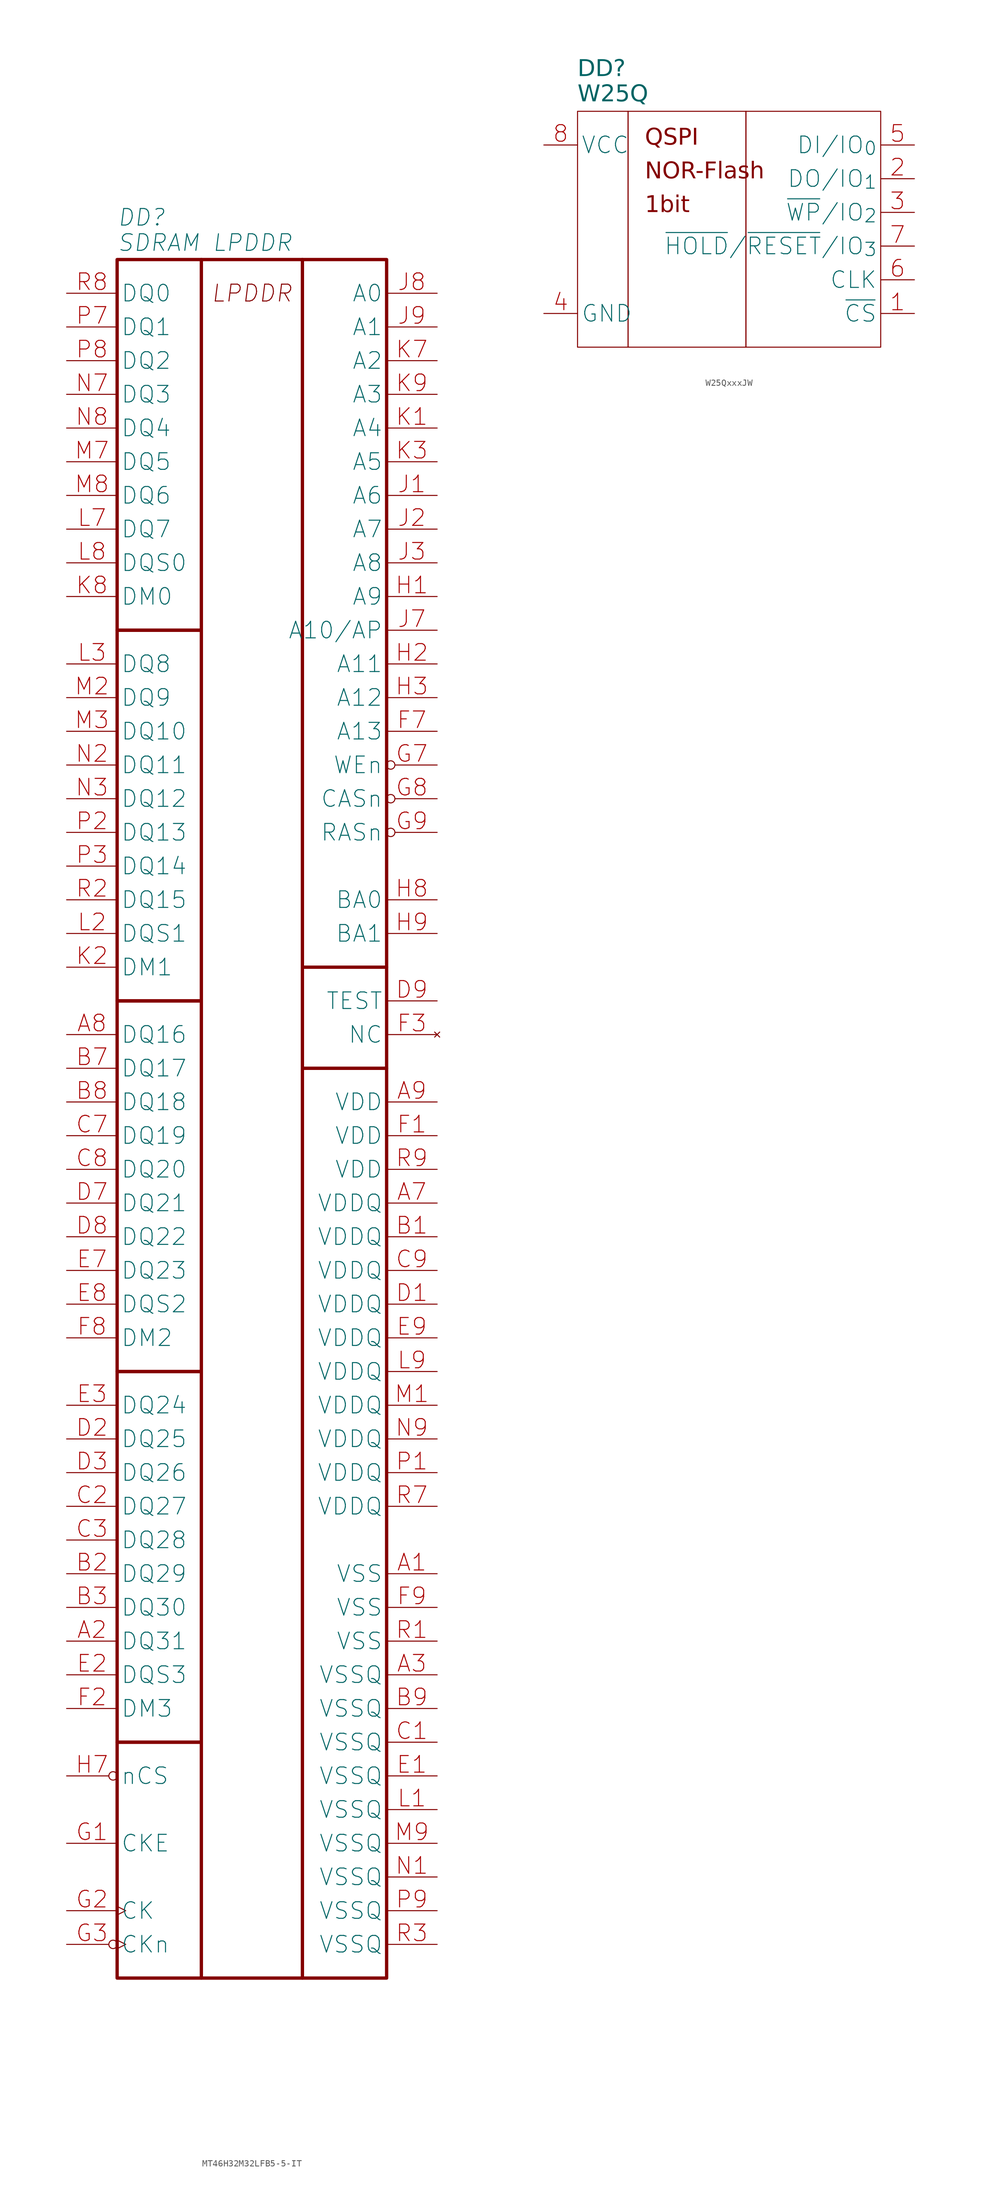
<source format=kicad_sym>
(kicad_symbol_lib
  (version 20231120)
  (generator "kicad_symbol_editor")
  (generator_version "8.0")
  (symbol "MT46H32M32LFB5-5-IT"
    (property "Reference" "DD"
      (at -20.32 6.35 0)
      (effects (font (size 2.5 2.5) (italic yes)) (justify left)))
    (property "Value" "SDRAM LPDDR"
      (at -20.32 2.54 0)
      (effects (font (size 2.5 2.5) (italic yes)) (justify left)))
    (symbol "MT46H32M32LFB5-5-IT_0_0"
      (pin power_in line (at 27.94 -198.12 180) (length 7.64) (name "VSS" (effects (font (size 2.5 2.5)))) (number "A1" (effects (font (size 2.5 2.5)))))
      (pin bidirectional line (at -27.94 -208.28 0) (length 7.64) (name "DQ31" (effects (font (size 2.5 2.5)))) (number "A2" (effects (font (size 2.5 2.5)))))
      (pin power_in line (at 27.94 -213.36 180) (length 7.64) (name "VSSQ" (effects (font (size 2.5 2.5)))) (number "A3" (effects (font (size 2.5 2.5)))))
      (pin power_in line (at 27.94 -142.24 180) (length 7.64) (name "VDDQ" (effects (font (size 2.5 2.5)))) (number "A7" (effects (font (size 2.5 2.5)))))
      (pin bidirectional line (at -27.94 -116.84 0) (length 7.64) (name "DQ16" (effects (font (size 2.5 2.5)))) (number "A8" (effects (font (size 2.5 2.5)))))
      (pin power_in line (at 27.94 -127 180) (length 7.64) (name "VDD" (effects (font (size 2.5 2.5)))) (number "A9" (effects (font (size 2.5 2.5)))))
      (pin power_in line (at 27.94 -147.32 180) (length 7.64) (name "VDDQ" (effects (font (size 2.5 2.5)))) (number "B1" (effects (font (size 2.5 2.5)))))
      (pin bidirectional line (at -27.94 -198.12 0) (length 7.64) (name "DQ29" (effects (font (size 2.5 2.5)))) (number "B2" (effects (font (size 2.5 2.5)))))
      (pin bidirectional line (at -27.94 -203.2 0) (length 7.64) (name "DQ30" (effects (font (size 2.5 2.5)))) (number "B3" (effects (font (size 2.5 2.5)))))
      (pin bidirectional line (at -27.94 -121.92 0) (length 7.64) (name "DQ17" (effects (font (size 2.5 2.5)))) (number "B7" (effects (font (size 2.5 2.5)))))
      (pin bidirectional line (at -27.94 -127 0) (length 7.64) (name "DQ18" (effects (font (size 2.5 2.5)))) (number "B8" (effects (font (size 2.5 2.5)))))
      (pin power_in line (at 27.94 -218.44 180) (length 7.64) (name "VSSQ" (effects (font (size 2.5 2.5)))) (number "B9" (effects (font (size 2.5 2.5)))))
      (pin power_in line (at 27.94 -223.52 180) (length 7.64) (name "VSSQ" (effects (font (size 2.5 2.5)))) (number "C1" (effects (font (size 2.5 2.5)))))
      (pin bidirectional line (at -27.94 -187.96 0) (length 7.64) (name "DQ27" (effects (font (size 2.5 2.5)))) (number "C2" (effects (font (size 2.5 2.5)))))
      (pin bidirectional line (at -27.94 -193.04 0) (length 7.64) (name "DQ28" (effects (font (size 2.5 2.5)))) (number "C3" (effects (font (size 2.5 2.5)))))
      (pin bidirectional line (at -27.94 -132.08 0) (length 7.64) (name "DQ19" (effects (font (size 2.5 2.5)))) (number "C7" (effects (font (size 2.5 2.5)))))
      (pin bidirectional line (at -27.94 -137.16 0) (length 7.64) (name "DQ20" (effects (font (size 2.5 2.5)))) (number "C8" (effects (font (size 2.5 2.5)))))
      (pin power_in line (at 27.94 -152.4 180) (length 7.64) (name "VDDQ" (effects (font (size 2.5 2.5)))) (number "C9" (effects (font (size 2.5 2.5)))))
      (pin power_in line (at 27.94 -157.48 180) (length 7.64) (name "VDDQ" (effects (font (size 2.5 2.5)))) (number "D1" (effects (font (size 2.5 2.5)))))
      (pin bidirectional line (at -27.94 -177.8 0) (length 7.64) (name "DQ25" (effects (font (size 2.5 2.5)))) (number "D2" (effects (font (size 2.5 2.5)))))
      (pin bidirectional line (at -27.94 -182.88 0) (length 7.64) (name "DQ26" (effects (font (size 2.5 2.5)))) (number "D3" (effects (font (size 2.5 2.5)))))
      (pin bidirectional line (at -27.94 -142.24 0) (length 7.64) (name "DQ21" (effects (font (size 2.5 2.5)))) (number "D7" (effects (font (size 2.5 2.5)))))
      (pin bidirectional line (at -27.94 -147.32 0) (length 7.64) (name "DQ22" (effects (font (size 2.5 2.5)))) (number "D8" (effects (font (size 2.5 2.5)))))
      (pin passive line (at 27.94 -111.76 180) (length 7.64) (name "TEST" (effects (font (size 2.5 2.5)))) (number "D9" (effects (font (size 2.5 2.5)))))
      (pin power_in line (at 27.94 -228.6 180) (length 7.64) (name "VSSQ" (effects (font (size 2.5 2.5)))) (number "E1" (effects (font (size 2.5 2.5)))))
      (pin bidirectional line (at -27.94 -213.36 0) (length 7.64) (name "DQS3" (effects (font (size 2.5 2.5)))) (number "E2" (effects (font (size 2.5 2.5)))))
      (pin bidirectional line (at -27.94 -172.72 0) (length 7.64) (name "DQ24" (effects (font (size 2.5 2.5)))) (number "E3" (effects (font (size 2.5 2.5)))))
      (pin bidirectional line (at -27.94 -152.4 0) (length 7.64) (name "DQ23" (effects (font (size 2.5 2.5)))) (number "E7" (effects (font (size 2.5 2.5)))))
      (pin bidirectional line (at -27.94 -157.48 0) (length 7.64) (name "DQS2" (effects (font (size 2.5 2.5)))) (number "E8" (effects (font (size 2.5 2.5)))))
      (pin power_in line (at 27.94 -162.56 180) (length 7.64) (name "VDDQ" (effects (font (size 2.5 2.5)))) (number "E9" (effects (font (size 2.5 2.5)))))
      (pin power_in line (at 27.94 -132.08 180) (length 7.64) (name "VDD" (effects (font (size 2.5 2.5)))) (number "F1" (effects (font (size 2.5 2.5)))))
      (pin input line (at -27.94 -218.44 0) (length 7.64) (name "DM3" (effects (font (size 2.5 2.5)))) (number "F2" (effects (font (size 2.5 2.5)))))
      (pin input line (at 27.94 -71.12 180) (length 7.64) (name "A13" (effects (font (size 2.5 2.5)))) (number "F7" (effects (font (size 2.5 2.5)))))
      (pin input line (at -27.94 -162.56 0) (length 7.64) (name "DM2" (effects (font (size 2.5 2.5)))) (number "F8" (effects (font (size 2.5 2.5)))))
      (pin power_in line (at 27.94 -203.2 180) (length 7.64) (name "VSS" (effects (font (size 2.5 2.5)))) (number "F9" (effects (font (size 2.5 2.5)))))
      (pin input line (at -27.94 -238.76 0) (length 7.64) (name "CKE" (effects (font (size 2.5 2.5)))) (number "G1" (effects (font (size 2.5 2.5)))))
      (pin input clock (at -27.94 -248.92 0) (length 7.64) (name "CK" (effects (font (size 2.5 2.5)))) (number "G2" (effects (font (size 2.5 2.5)))))
      (pin input line (at 27.94 -50.8 180) (length 7.64) (name "A9" (effects (font (size 2.5 2.5)))) (number "H1" (effects (font (size 2.5 2.5)))))
      (pin input line (at 27.94 -60.96 180) (length 7.64) (name "A11" (effects (font (size 2.5 2.5)))) (number "H2" (effects (font (size 2.5 2.5)))))
      (pin input line (at 27.94 -66.04 180) (length 7.64) (name "A12" (effects (font (size 2.5 2.5)))) (number "H3" (effects (font (size 2.5 2.5)))))
      (pin input line (at 27.94 -96.52 180) (length 7.64) (name "BA0" (effects (font (size 2.5 2.5)))) (number "H8" (effects (font (size 2.5 2.5)))))
      (pin input line (at 27.94 -101.6 180) (length 7.64) (name "BA1" (effects (font (size 2.5 2.5)))) (number "H9" (effects (font (size 2.5 2.5)))))
      (pin input line (at 27.94 -35.56 180) (length 7.64) (name "A6" (effects (font (size 2.5 2.5)))) (number "J1" (effects (font (size 2.5 2.5)))))
      (pin input line (at 27.94 -40.64 180) (length 7.64) (name "A7" (effects (font (size 2.5 2.5)))) (number "J2" (effects (font (size 2.5 2.5)))))
      (pin input line (at 27.94 -45.72 180) (length 7.64) (name "A8" (effects (font (size 2.5 2.5)))) (number "J3" (effects (font (size 2.5 2.5)))))
      (pin input line (at 27.94 -55.88 180) (length 7.64) (name "A10/AP" (effects (font (size 2.5 2.5)))) (number "J7" (effects (font (size 2.5 2.5)))))
      (pin input line (at 27.94 -5.08 180) (length 7.64) (name "A0" (effects (font (size 2.5 2.5)))) (number "J8" (effects (font (size 2.5 2.5)))))
      (pin input line (at 27.94 -10.16 180) (length 7.64) (name "A1" (effects (font (size 2.5 2.5)))) (number "J9" (effects (font (size 2.5 2.5)))))
      (pin input line (at 27.94 -25.4 180) (length 7.64) (name "A4" (effects (font (size 2.5 2.5)))) (number "K1" (effects (font (size 2.5 2.5)))))
      (pin input line (at -27.94 -106.68 0) (length 7.64) (name "DM1" (effects (font (size 2.5 2.5)))) (number "K2" (effects (font (size 2.5 2.5)))))
      (pin input line (at 27.94 -30.48 180) (length 7.64) (name "A5" (effects (font (size 2.5 2.5)))) (number "K3" (effects (font (size 2.5 2.5)))))
      (pin input line (at 27.94 -15.24 180) (length 7.64) (name "A2" (effects (font (size 2.5 2.5)))) (number "K7" (effects (font (size 2.5 2.5)))))
      (pin input line (at -27.94 -50.8 0) (length 7.64) (name "DM0" (effects (font (size 2.5 2.5)))) (number "K8" (effects (font (size 2.5 2.5)))))
      (pin input line (at 27.94 -20.32 180) (length 7.64) (name "A3" (effects (font (size 2.5 2.5)))) (number "K9" (effects (font (size 2.5 2.5)))))
      (pin power_in line (at 27.94 -233.68 180) (length 7.64) (name "VSSQ" (effects (font (size 2.5 2.5)))) (number "L1" (effects (font (size 2.5 2.5)))))
      (pin bidirectional line (at -27.94 -101.6 0) (length 7.64) (name "DQS1" (effects (font (size 2.5 2.5)))) (number "L2" (effects (font (size 2.5 2.5)))))
      (pin bidirectional line (at -27.94 -60.96 0) (length 7.64) (name "DQ8" (effects (font (size 2.5 2.5)))) (number "L3" (effects (font (size 2.5 2.5)))))
      (pin bidirectional line (at -27.94 -40.64 0) (length 7.64) (name "DQ7" (effects (font (size 2.5 2.5)))) (number "L7" (effects (font (size 2.5 2.5)))))
      (pin bidirectional line (at -27.94 -45.72 0) (length 7.64) (name "DQS0" (effects (font (size 2.5 2.5)))) (number "L8" (effects (font (size 2.5 2.5)))))
      (pin power_in line (at 27.94 -167.64 180) (length 7.64) (name "VDDQ" (effects (font (size 2.5 2.5)))) (number "L9" (effects (font (size 2.5 2.5)))))
      (pin power_in line (at 27.94 -172.72 180) (length 7.64) (name "VDDQ" (effects (font (size 2.5 2.5)))) (number "M1" (effects (font (size 2.5 2.5)))))
      (pin bidirectional line (at -27.94 -66.04 0) (length 7.64) (name "DQ9" (effects (font (size 2.5 2.5)))) (number "M2" (effects (font (size 2.5 2.5)))))
      (pin bidirectional line (at -27.94 -71.12 0) (length 7.64) (name "DQ10" (effects (font (size 2.5 2.5)))) (number "M3" (effects (font (size 2.5 2.5)))))
      (pin bidirectional line (at -27.94 -30.48 0) (length 7.64) (name "DQ5" (effects (font (size 2.5 2.5)))) (number "M7" (effects (font (size 2.5 2.5)))))
      (pin bidirectional line (at -27.94 -35.56 0) (length 7.64) (name "DQ6" (effects (font (size 2.5 2.5)))) (number "M8" (effects (font (size 2.5 2.5)))))
      (pin power_in line (at 27.94 -238.76 180) (length 7.64) (name "VSSQ" (effects (font (size 2.5 2.5)))) (number "M9" (effects (font (size 2.5 2.5)))))
      (pin power_in line (at 27.94 -243.84 180) (length 7.64) (name "VSSQ" (effects (font (size 2.5 2.5)))) (number "N1" (effects (font (size 2.5 2.5)))))
      (pin bidirectional line (at -27.94 -76.2 0) (length 7.64) (name "DQ11" (effects (font (size 2.5 2.5)))) (number "N2" (effects (font (size 2.5 2.5)))))
      (pin bidirectional line (at -27.94 -81.28 0) (length 7.64) (name "DQ12" (effects (font (size 2.5 2.5)))) (number "N3" (effects (font (size 2.5 2.5)))))
      (pin bidirectional line (at -27.94 -20.32 0) (length 7.64) (name "DQ3" (effects (font (size 2.5 2.5)))) (number "N7" (effects (font (size 2.5 2.5)))))
      (pin bidirectional line (at -27.94 -25.4 0) (length 7.64) (name "DQ4" (effects (font (size 2.5 2.5)))) (number "N8" (effects (font (size 2.5 2.5)))))
      (pin power_in line (at 27.94 -177.8 180) (length 7.64) (name "VDDQ" (effects (font (size 2.5 2.5)))) (number "N9" (effects (font (size 2.5 2.5)))))
      (pin power_in line (at 27.94 -182.88 180) (length 7.64) (name "VDDQ" (effects (font (size 2.5 2.5)))) (number "P1" (effects (font (size 2.5 2.5)))))
      (pin bidirectional line (at -27.94 -86.36 0) (length 7.64) (name "DQ13" (effects (font (size 2.5 2.5)))) (number "P2" (effects (font (size 2.5 2.5)))))
      (pin bidirectional line (at -27.94 -91.44 0) (length 7.64) (name "DQ14" (effects (font (size 2.5 2.5)))) (number "P3" (effects (font (size 2.5 2.5)))))
      (pin bidirectional line (at -27.94 -10.16 0) (length 7.64) (name "DQ1" (effects (font (size 2.5 2.5)))) (number "P7" (effects (font (size 2.5 2.5)))))
      (pin bidirectional line (at -27.94 -15.24 0) (length 7.64) (name "DQ2" (effects (font (size 2.5 2.5)))) (number "P8" (effects (font (size 2.5 2.5)))))
      (pin power_in line (at 27.94 -248.92 180) (length 7.64) (name "VSSQ" (effects (font (size 2.5 2.5)))) (number "P9" (effects (font (size 2.5 2.5)))))
      (pin power_in line (at 27.94 -208.28 180) (length 7.64) (name "VSS" (effects (font (size 2.5 2.5)))) (number "R1" (effects (font (size 2.5 2.5)))))
      (pin bidirectional line (at -27.94 -96.52 0) (length 7.64) (name "DQ15" (effects (font (size 2.5 2.5)))) (number "R2" (effects (font (size 2.5 2.5)))))
      (pin power_in line (at 27.94 -254 180) (length 7.64) (name "VSSQ" (effects (font (size 2.5 2.5)))) (number "R3" (effects (font (size 2.5 2.5)))))
      (pin power_in line (at 27.94 -187.96 180) (length 7.64) (name "VDDQ" (effects (font (size 2.5 2.5)))) (number "R7" (effects (font (size 2.5 2.5)))))
      (pin bidirectional line (at -27.94 -5.08 0) (length 7.64) (name "DQ0" (effects (font (size 2.5 2.5)))) (number "R8" (effects (font (size 2.5 2.5)))))
      (pin power_in line (at 27.94 -137.16 180) (length 7.64) (name "VDD" (effects (font (size 2.5 2.5)))) (number "R9" (effects (font (size 2.5 2.5))))))
    (symbol "MT46H32M32LFB5-5-IT_1_0"
      (pin no_connect line (at 27.94 -116.84 180) (length 7.64) (name "NC" (effects (font (size 2.5 2.5)))) (number "F3" (effects (font (size 2.5 2.5)))))
      (pin input inverted_clock (at -27.94 -254 0) (length 7.64) (name "CKn" (effects (font (size 2.5 2.5)))) (number "G3" (effects (font (size 2.5 2.5)))))
      (pin input inverted (at 27.94 -76.2 180) (length 7.64) (name "WEn" (effects (font (size 2.5 2.5)))) (number "G7" (effects (font (size 2.5 2.5)))))
      (pin input inverted (at 27.94 -81.28 180) (length 7.64) (name "CASn" (effects (font (size 2.5 2.5)))) (number "G8" (effects (font (size 2.5 2.5)))))
      (pin input inverted (at 27.94 -86.36 180) (length 7.64) (name "RASn" (effects (font (size 2.5 2.5)))) (number "G9" (effects (font (size 2.5 2.5)))))
      (pin input inverted (at -27.94 -228.6 0) (length 7.64) (name "nCS" (effects (font (size 2.5 2.5)))) (number "H7" (effects (font (size 2.5 2.5))))))
    (symbol "MT46H32M32LFB5-5-IT_1_1"
      (rectangle (start -20.32 -223.52) (end -7.62 -259.08) (stroke (width 0.5) (type default)) (fill (type none)))
      (rectangle (start -20.32 -167.64) (end -7.62 -223.52) (stroke (width 0.5) (type default)) (fill (type none)))
      (rectangle (start -20.32 -111.76) (end -7.62 -167.64) (stroke (width 0.5) (type default)) (fill (type none)))
      (rectangle (start -20.32 -55.88) (end -7.62 -111.76) (stroke (width 0.5) (type default)) (fill (type none)))
      (rectangle (start -20.32 0) (end -7.62 -55.88) (stroke (width 0.5) (type default)) (fill (type none)))
      (rectangle (start -7.62 0) (end 7.62 -259.08) (stroke (width 0.5) (type default)) (fill (type none)))
      (rectangle (start 7.62 -121.92) (end 20.32 -259.08) (stroke (width 0.5) (type default)) (fill (type none)))
      (rectangle (start 7.62 -106.68) (end 20.32 -121.92) (stroke (width 0.5) (type default)) (fill (type none)))
      (rectangle (start 7.62 0) (end 20.32 -106.68) (stroke (width 0.5) (type default)) (fill (type none)))
      (text "LPDDR" (at 0 -5.08 0) (effects (font (size 2.54 2.54) (italic yes))))))
  (symbol "W25QxxxJW"
    (property "Reference" "DD"
      (at -22.86 6.35 0)
      (effects (font (face "GOST type A") (size 2.5 2.5) (italic yes)) (justify left)))
    (property "Value" "W25Q"
      (at -22.86 2.54 0)
      (effects (font (face "GOST type A") (size 2.5 2.5) (italic yes)) (justify left)))
    (property "MemSize" "1"
      (at 0 0 0)
      (effects (font (size 2.489 2.489)) (hide yes)))
    (symbol "W25QxxxJW_0_1"
      (rectangle (start -22.86 0) (end -15.24 -35.56) (stroke (width 0) (type default)) (fill (type none)))
      (rectangle (start -15.24 0) (end 2.54 -35.56) (stroke (width 0) (type default)) (fill (type none)))
      (rectangle (start 2.54 0) (end 22.86 -35.56) (stroke (width 0) (type default)) (fill (type none))))
    (symbol "W25QxxxJW_1_1"
      (text "${MemSize}bit" (at -12.7 -12.7 0) (effects (font (face "GOST type A") (size 2.489 2.489) (italic yes)) (justify left top)))
      (text "NOR-Flash" (at -12.7 -7.62 0) (effects (font (face "GOST type A") (size 2.489 2.489) (italic yes)) (justify left top)))
      (text "QSPI" (at -12.7 -2.54 0) (effects (font (face "GOST type A") (size 2.489 2.489) (italic yes)) (justify left top)))
      (pin input line (at 27.94 -30.48 180) (length 5.08) (name "~{CS}" (effects (font (size 2.5 2.5)))) (number "1" (effects (font (size 2.5 2.5)))))
      (pin bidirectional line (at 27.94 -10.16 180) (length 5.08) (name "DO/IO_{1}" (effects (font (size 2.5 2.5)))) (number "2" (effects (font (size 2.5 2.5)))))
      (pin bidirectional line (at 27.94 -15.24 180) (length 5.08) (name "~{WP}/IO_{2}" (effects (font (size 2.5 2.5)))) (number "3" (effects (font (size 2.5 2.5)))))
      (pin power_in line (at -27.94 -30.48 0) (length 5.08) (name "GND" (effects (font (size 2.5 2.5)))) (number "4" (effects (font (size 2.5 2.5)))))
      (pin bidirectional line (at 27.94 -5.08 180) (length 5.08) (name "DI/IO_{0}" (effects (font (size 2.5 2.5)))) (number "5" (effects (font (size 2.5 2.5)))))
      (pin input line (at 27.94 -25.4 180) (length 5.08) (name "CLK" (effects (font (size 2.5 2.5)))) (number "6" (effects (font (size 2.5 2.5)))))
      (pin bidirectional line (at 27.94 -20.32 180) (length 5.08) (name "~{HOLD}/~{RESET}/IO_{3}" (effects (font (size 2.5 2.5)))) (number "7" (effects (font (size 2.5 2.5)))))
      (pin power_in line (at -27.94 -5.08 0) (length 5.08) (name "VCC" (effects (font (size 2.5 2.5)))) (number "8" (effects (font (size 2.5 2.5)))))
      (pin power_in line (at -27.94 -30.48 0) (length 5.08) hide (name "GND" (effects (font (size 1.5 1.5)))) (number "9" (effects (font (size 1.5 1.5))))))))
</source>
